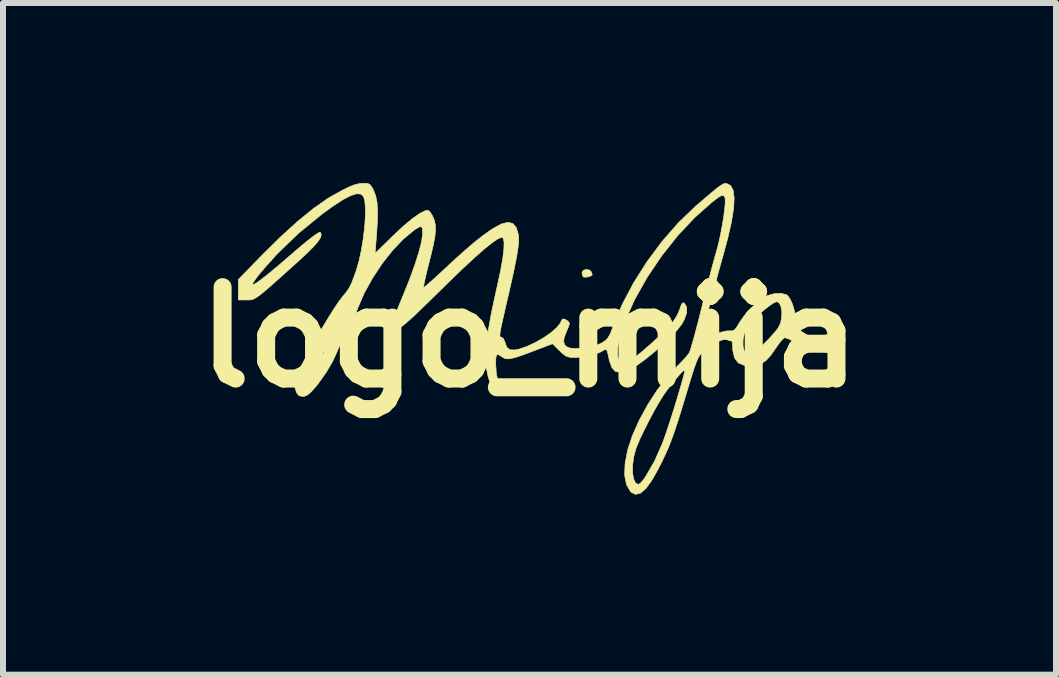
<source format=kicad_pcb>
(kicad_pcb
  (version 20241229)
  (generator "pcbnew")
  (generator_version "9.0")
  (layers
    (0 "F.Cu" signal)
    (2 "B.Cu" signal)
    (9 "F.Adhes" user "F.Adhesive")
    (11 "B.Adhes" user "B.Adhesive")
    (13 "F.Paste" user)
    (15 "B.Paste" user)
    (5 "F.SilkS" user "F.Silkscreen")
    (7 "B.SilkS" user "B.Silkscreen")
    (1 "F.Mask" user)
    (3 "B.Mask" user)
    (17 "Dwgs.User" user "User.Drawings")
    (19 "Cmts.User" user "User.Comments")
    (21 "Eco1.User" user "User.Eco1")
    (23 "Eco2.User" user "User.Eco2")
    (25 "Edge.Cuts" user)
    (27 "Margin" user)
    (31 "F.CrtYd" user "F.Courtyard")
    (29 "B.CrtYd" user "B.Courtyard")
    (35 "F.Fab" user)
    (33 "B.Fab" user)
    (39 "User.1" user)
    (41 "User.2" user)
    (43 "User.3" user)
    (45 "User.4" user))
  (footprint "logo_mija"
    (layer "F.Cu")
    (at 5.777 2.571)
    (property "Reference" "logo_mija" (at 0 0 0) (layer "F.SilkS") (effects (font (size 1.524 1.524) (thickness 0.3))))
    (attr through_hole)
    (fp_poly (pts (xy 1.001 -1.119) (xy 1.034 -1.085) (xy 1.044 -1.043) (xy 1.041 -1.032) (xy 0.996 -1.011) (xy 0.938 -1) (xy 0.896 -1.004) (xy 0.894 -1.006) (xy 0.878 -1.048) (xy 0.875 -1.077) (xy 0.897 -1.115) (xy 0.947 -1.13) (xy 1.001 -1.119)) (stroke (width 0.01) (type solid)) (fill yes) (layer "F.SilkS"))
    (fp_poly (pts (xy -2.696 -2.563) (xy -2.655 -2.54) (xy -2.618 -2.484) (xy -2.598 -2.444) (xy -2.564 -2.355) (xy -2.542 -2.248) (xy -2.533 -2.115) (xy -2.535 -1.946) (xy -2.548 -1.733) (xy -2.551 -1.693) (xy -2.575 -1.397) (xy -2.268 -1.697) (xy -2.101 -1.853) (xy -1.953 -1.976) (xy -1.831 -2.062) (xy -1.736 -2.109) (xy -1.695 -2.117) (xy -1.664 -2.094) (xy -1.627 -2.039) (xy -1.624 -2.035) (xy -1.59 -1.958) (xy -1.571 -1.88) (xy -1.566 -1.79) (xy -1.577 -1.679) (xy -1.604 -1.536) (xy -1.647 -1.353) (xy -1.664 -1.287) (xy -1.702 -1.136) (xy -1.733 -1.006) (xy -1.755 -0.905) (xy -1.767 -0.843) (xy -1.768 -0.827) (xy -1.745 -0.842) (xy -1.688 -0.889) (xy -1.605 -0.963) (xy -1.503 -1.056) (xy -1.436 -1.118) (xy -1.232 -1.308) (xy -1.059 -1.462) (xy -0.912 -1.588) (xy -0.781 -1.691) (xy -0.661 -1.777) (xy -0.609 -1.811) (xy -0.471 -1.887) (xy -0.361 -1.915) (xy -0.278 -1.895) (xy -0.22 -1.827) (xy -0.186 -1.709) (xy -0.186 -1.707) (xy -0.181 -1.643) (xy -0.184 -1.56) (xy -0.197 -1.451) (xy -0.221 -1.31) (xy -0.257 -1.133) (xy -0.305 -0.912) (xy -0.362 -0.663) (xy -0.41 -0.456) (xy -0.446 -0.297) (xy -0.472 -0.18) (xy -0.487 -0.099) (xy -0.494 -0.046) (xy -0.493 -0.017) (xy -0.486 -0.004) (xy -0.472 -0.000099) (xy -0.467 0) (xy -0.434 0.024) (xy -0.41 0.083) (xy -0.38 0.167) (xy -0.33 0.209) (xy -0.25 0.213) (xy -0.176 0.199) (xy -0.045 0.155) (xy 0.096 0.089) (xy 0.234 0.01) (xy 0.357 -0.075) (xy 0.454 -0.159) (xy 0.513 -0.233) (xy 0.522 -0.255) (xy 0.547 -0.302) (xy 0.586 -0.302) (xy 0.631 -0.274) (xy 0.659 -0.249) (xy 0.664 -0.218) (xy 0.646 -0.164) (xy 0.623 -0.112) (xy 0.58 -0.004) (xy 0.568 0.07) (xy 0.586 0.126) (xy 0.61 0.154) (xy 0.669 0.18) (xy 0.765 0.189) (xy 0.884 0.183) (xy 1.009 0.163) (xy 1.125 0.131) (xy 1.202 0.097) (xy 1.263 0.057) (xy 1.307 0.012) (xy 1.344 -0.054) (xy 1.384 -0.155) (xy 1.396 -0.189) (xy 1.542 -0.54) (xy 1.731 -0.899) (xy 1.956 -1.254) (xy 2.208 -1.594) (xy 2.479 -1.905) (xy 2.76 -2.175) (xy 2.77 -2.184) (xy 2.92 -2.313) (xy 3.035 -2.41) (xy 3.119 -2.479) (xy 3.179 -2.524) (xy 3.221 -2.55) (xy 3.251 -2.562) (xy 3.275 -2.564) (xy 3.283 -2.563) (xy 3.352 -2.528) (xy 3.394 -2.448) (xy 3.411 -2.321) (xy 3.402 -2.147) (xy 3.367 -1.925) (xy 3.305 -1.654) (xy 3.236 -1.397) (xy 3.16 -1.125) (xy 3.09 -0.869) (xy 3.028 -0.637) (xy 2.975 -0.431) (xy 2.933 -0.259) (xy 2.902 -0.124) (xy 2.885 -0.032) (xy 2.882 0.011) (xy 2.883 0.014) (xy 2.916 0.013) (xy 2.985 -0.008) (xy 3.076 -0.042) (xy 3.078 -0.043) (xy 3.191 -0.083) (xy 3.287 -0.105) (xy 3.335 -0.106) (xy 3.384 -0.105) (xy 3.422 -0.126) (xy 3.462 -0.18) (xy 3.496 -0.238) (xy 3.576 -0.354) (xy 3.681 -0.474) (xy 3.797 -0.582) (xy 3.908 -0.663) (xy 3.965 -0.693) (xy 4.08 -0.726) (xy 4.192 -0.731) (xy 4.28 -0.709) (xy 4.298 -0.699) (xy 4.34 -0.643) (xy 4.382 -0.553) (xy 4.414 -0.449) (xy 4.43 -0.352) (xy 4.431 -0.334) (xy 4.456 -0.203) (xy 4.531 -0.097) (xy 4.652 -0.02) (xy 4.789 0.022) (xy 4.894 0.044) (xy 4.829 0.11) (xy 4.775 0.152) (xy 4.713 0.166) (xy 4.639 0.162) (xy 4.536 0.136) (xy 4.429 0.09) (xy 4.4 0.072) (xy 4.325 0.03) (xy 4.264 0.01) (xy 4.245 0.011) (xy 4.21 0.042) (xy 4.158 0.106) (xy 4.11 0.175) (xy 4.02 0.304) (xy 3.941 0.39) (xy 3.86 0.442) (xy 3.767 0.468) (xy 3.724 0.473) (xy 3.582 0.47) (xy 3.48 0.428) (xy 3.416 0.344) (xy 3.388 0.217) (xy 3.387 0.168) (xy 3.382 0.099) (xy 3.37 0.063) (xy 3.365 0.061) (xy 3.325 0.055) (xy 3.323 0.054) (xy 3.559 0.054) (xy 3.56 0.153) (xy 3.581 0.232) (xy 3.622 0.277) (xy 3.648 0.282) (xy 3.688 0.27) (xy 3.748 0.242) (xy 3.813 0.196) (xy 3.899 0.118) (xy 3.995 0.022) (xy 4.086 -0.079) (xy 4.144 -0.152) (xy 4.183 -0.23) (xy 4.203 -0.326) (xy 4.206 -0.425) (xy 4.191 -0.512) (xy 4.161 -0.573) (xy 4.121 -0.593) (xy 4.071 -0.573) (xy 3.995 -0.522) (xy 3.903 -0.449) (xy 3.808 -0.364) (xy 3.72 -0.277) (xy 3.651 -0.198) (xy 3.62 -0.154) (xy 3.578 -0.053) (xy 3.559 0.054) (xy 3.323 0.054) (xy 3.291 0.042) (xy 3.225 0.041) (xy 3.132 0.075) (xy 3.022 0.14) (xy 2.906 0.23) (xy 2.902 0.233) (xy 2.868 0.266) (xy 2.838 0.301) (xy 2.811 0.348) (xy 2.782 0.413) (xy 2.749 0.503) (xy 2.709 0.627) (xy 2.658 0.792) (xy 2.609 0.956) (xy 2.535 1.201) (xy 2.472 1.402) (xy 2.417 1.569) (xy 2.366 1.711) (xy 2.316 1.838) (xy 2.261 1.961) (xy 2.2 2.089) (xy 2.139 2.209) (xy 2.034 2.394) (xy 1.937 2.525) (xy 1.848 2.6) (xy 1.767 2.62) (xy 1.695 2.584) (xy 1.683 2.572) (xy 1.616 2.457) (xy 1.586 2.301) (xy 1.587 2.252) (xy 1.717 2.252) (xy 1.733 2.356) (xy 1.764 2.427) (xy 1.812 2.455) (xy 1.815 2.455) (xy 1.848 2.433) (xy 1.898 2.377) (xy 1.937 2.321) (xy 2.084 2.066) (xy 2.213 1.774) (xy 2.238 1.707) (xy 2.276 1.6) (xy 2.321 1.465) (xy 2.37 1.314) (xy 2.42 1.154) (xy 2.468 0.996) (xy 2.512 0.848) (xy 2.548 0.721) (xy 2.575 0.622) (xy 2.588 0.561) (xy 2.588 0.547) (xy 2.565 0.56) (xy 2.516 0.608) (xy 2.45 0.683) (xy 2.376 0.773) (xy 2.301 0.87) (xy 2.235 0.963) (xy 2.162 1.079) (xy 2.078 1.226) (xy 1.991 1.39) (xy 1.908 1.555) (xy 1.836 1.705) (xy 1.785 1.827) (xy 1.776 1.851) (xy 1.738 1.989) (xy 1.719 2.126) (xy 1.717 2.252) (xy 1.587 2.252) (xy 1.593 2.108) (xy 1.636 1.879) (xy 1.637 1.876) (xy 1.715 1.64) (xy 1.829 1.385) (xy 1.97 1.126) (xy 2.13 0.879) (xy 2.299 0.658) (xy 2.45 0.496) (xy 2.537 0.409) (xy 2.61 0.329) (xy 2.658 0.267) (xy 2.666 0.254) (xy 2.683 0.208) (xy 2.71 0.115) (xy 2.747 -0.016) (xy 2.79 -0.177) (xy 2.837 -0.359) (xy 2.875 -0.513) (xy 2.926 -0.718) (xy 2.977 -0.917) (xy 3.025 -1.101) (xy 3.067 -1.258) (xy 3.1 -1.378) (xy 3.116 -1.43) (xy 3.148 -1.55) (xy 3.18 -1.692) (xy 3.209 -1.843) (xy 3.234 -1.993) (xy 3.252 -2.129) (xy 3.262 -2.238) (xy 3.261 -2.309) (xy 3.258 -2.323) (xy 3.24 -2.356) (xy 3.214 -2.365) (xy 3.17 -2.346) (xy 3.099 -2.295) (xy 3.043 -2.252) (xy 2.752 -1.994) (xy 2.469 -1.692) (xy 2.203 -1.357) (xy 1.962 -1) (xy 1.755 -0.633) (xy 1.589 -0.268) (xy 1.547 -0.155) (xy 1.5 0.005) (xy 1.473 0.155) (xy 1.467 0.283) (xy 1.483 0.378) (xy 1.512 0.425) (xy 1.548 0.441) (xy 1.596 0.435) (xy 1.661 0.403) (xy 1.749 0.342) (xy 1.866 0.248) (xy 2.016 0.118) (xy 2.041 0.096) (xy 2.197 -0.047) (xy 2.314 -0.165) (xy 2.399 -0.267) (xy 2.46 -0.362) (xy 2.502 -0.459) (xy 2.511 -0.488) (xy 2.537 -0.555) (xy 2.561 -0.575) (xy 2.585 -0.562) (xy 2.62 -0.498) (xy 2.619 -0.405) (xy 2.581 -0.295) (xy 2.536 -0.215) (xy 2.459 -0.116) (xy 2.35 -0.001) (xy 2.22 0.124) (xy 2.078 0.248) (xy 1.935 0.364) (xy 1.801 0.462) (xy 1.686 0.534) (xy 1.614 0.567) (xy 1.509 0.588) (xy 1.429 0.569) (xy 1.372 0.504) (xy 1.331 0.391) (xy 1.313 0.303) (xy 1.294 0.226) (xy 1.268 0.2) (xy 1.229 0.22) (xy 1.226 0.223) (xy 1.172 0.253) (xy 1.08 0.284) (xy 0.967 0.311) (xy 0.852 0.331) (xy 0.754 0.339) (xy 0.668 0.334) (xy 0.606 0.314) (xy 0.544 0.267) (xy 0.499 0.224) (xy 0.384 0.109) (xy 0.044 0.238) (xy -0.116 0.298) (xy -0.233 0.337) (xy -0.317 0.357) (xy -0.377 0.361) (xy -0.424 0.349) (xy -0.464 0.324) (xy -0.516 0.291) (xy -0.546 0.294) (xy -0.561 0.339) (xy -0.564 0.434) (xy -0.564 0.445) (xy -0.552 0.625) (xy -0.515 0.762) (xy -0.455 0.85) (xy -0.436 0.864) (xy -0.379 0.912) (xy -0.374 0.944) (xy -0.422 0.956) (xy -0.456 0.954) (xy -0.542 0.924) (xy -0.612 0.85) (xy -0.669 0.726) (xy -0.692 0.648) (xy -0.717 0.528) (xy -0.729 0.395) (xy -0.728 0.244) (xy -0.713 0.068) (xy -0.683 -0.14) (xy -0.639 -0.385) (xy -0.578 -0.674) (xy -0.538 -0.853) (xy -0.483 -1.106) (xy -0.446 -1.314) (xy -0.427 -1.475) (xy -0.425 -1.589) (xy -0.441 -1.652) (xy -0.463 -1.665) (xy -0.521 -1.644) (xy -0.616 -1.581) (xy -0.747 -1.476) (xy -0.915 -1.328) (xy -1.12 -1.138) (xy -1.361 -0.905) (xy -1.5 -0.769) (xy -1.685 -0.587) (xy -1.834 -0.443) (xy -1.951 -0.332) (xy -2.042 -0.25) (xy -2.109 -0.194) (xy -2.157 -0.161) (xy -2.191 -0.147) (xy -2.206 -0.146) (xy -2.246 -0.162) (xy -2.265 -0.199) (xy -2.263 -0.263) (xy -2.238 -0.36) (xy -2.19 -0.495) (xy -2.117 -0.675) (xy -2.108 -0.695) (xy -2.001 -0.96) (xy -1.914 -1.2) (xy -1.847 -1.409) (xy -1.802 -1.583) (xy -1.781 -1.718) (xy -1.785 -1.809) (xy -1.789 -1.822) (xy -1.806 -1.843) (xy -1.839 -1.837) (xy -1.901 -1.8) (xy -1.926 -1.783) (xy -2.103 -1.637) (xy -2.283 -1.448) (xy -2.457 -1.227) (xy -2.617 -0.985) (xy -2.755 -0.735) (xy -2.862 -0.488) (xy -2.89 -0.408) (xy -2.928 -0.312) (xy -2.984 -0.194) (xy -3.047 -0.077) (xy -3.051 -0.07) (xy -3.113 0.04) (xy -3.167 0.147) (xy -3.204 0.23) (xy -3.206 0.237) (xy -3.281 0.402) (xy -3.388 0.585) (xy -3.516 0.765) (xy -3.561 0.822) (xy -3.641 0.912) (xy -3.701 0.963) (xy -3.752 0.985) (xy -3.78 0.988) (xy -3.842 0.976) (xy -3.879 0.931) (xy -3.892 0.899) (xy -3.914 0.823) (xy -3.923 0.763) (xy -3.923 0.763) (xy -3.909 0.707) (xy -3.893 0.671) (xy -3.649 0.671) (xy -3.647 0.677) (xy -3.625 0.654) (xy -3.587 0.591) (xy -3.538 0.501) (xy -3.518 0.462) (xy -3.472 0.363) (xy -3.439 0.285) (xy -3.425 0.24) (xy -3.426 0.234) (xy -3.444 0.251) (xy -3.479 0.308) (xy -3.527 0.396) (xy -3.555 0.449) (xy -3.603 0.549) (xy -3.636 0.626) (xy -3.649 0.671) (xy -3.893 0.671) (xy -3.869 0.612) (xy -3.808 0.486) (xy -3.73 0.336) (xy -3.641 0.171) (xy -3.545 -0.000369) (xy -3.446 -0.171) (xy -3.349 -0.332) (xy -3.259 -0.475) (xy -3.18 -0.593) (xy -3.116 -0.677) (xy -3.104 -0.691) (xy -3.048 -0.758) (xy -3.003 -0.827) (xy -2.962 -0.912) (xy -2.918 -1.029) (xy -2.889 -1.111) (xy -2.843 -1.269) (xy -2.804 -1.447) (xy -2.773 -1.636) (xy -2.75 -1.824) (xy -2.737 -2.001) (xy -2.736 -2.154) (xy -2.746 -2.274) (xy -2.767 -2.344) (xy -2.811 -2.386) (xy -2.881 -2.391) (xy -2.98 -2.361) (xy -3.11 -2.293) (xy -3.275 -2.186) (xy -3.465 -2.048) (xy -3.854 -1.73) (xy -4.207 -1.388) (xy -4.406 -1.167) (xy -4.516 -1.037) (xy -4.586 -0.944) (xy -4.617 -0.89) (xy -4.609 -0.875) (xy -4.561 -0.898) (xy -4.473 -0.961) (xy -4.345 -1.062) (xy -4.177 -1.202) (xy -3.969 -1.381) (xy -3.952 -1.396) (xy -3.806 -1.521) (xy -3.682 -1.622) (xy -3.585 -1.697) (xy -3.519 -1.741) (xy -3.49 -1.751) (xy -3.49 -1.751) (xy -3.471 -1.715) (xy -3.482 -1.665) (xy -3.524 -1.598) (xy -3.6 -1.51) (xy -3.715 -1.395) (xy -3.871 -1.251) (xy -3.888 -1.236) (xy -4.075 -1.068) (xy -4.225 -0.934) (xy -4.343 -0.829) (xy -4.435 -0.751) (xy -4.505 -0.695) (xy -4.559 -0.658) (xy -4.601 -0.636) (xy -4.637 -0.625) (xy -4.672 -0.621) (xy -4.712 -0.621) (xy -4.72 -0.621) (xy -4.854 -0.621) (xy -4.854 -0.962) (xy -4.466 -1.359) (xy -4.153 -1.669) (xy -3.866 -1.93) (xy -3.603 -2.144) (xy -3.368 -2.309) (xy -3.276 -2.363) (xy -3.124 -2.447) (xy -3.008 -2.505) (xy -2.917 -2.541) (xy -2.839 -2.56) (xy -2.762 -2.566) (xy -2.761 -2.566) (xy -2.696 -2.563)) (stroke (width 0.01) (type solid)) (fill yes) (layer "F.SilkS")))
  (gr_rect
    (start -3 -3)
    (end 14.553 8.196)
    (stroke (width 0.1) (type default))
    (fill no)
    (layer "Edge.Cuts")))
</source>
